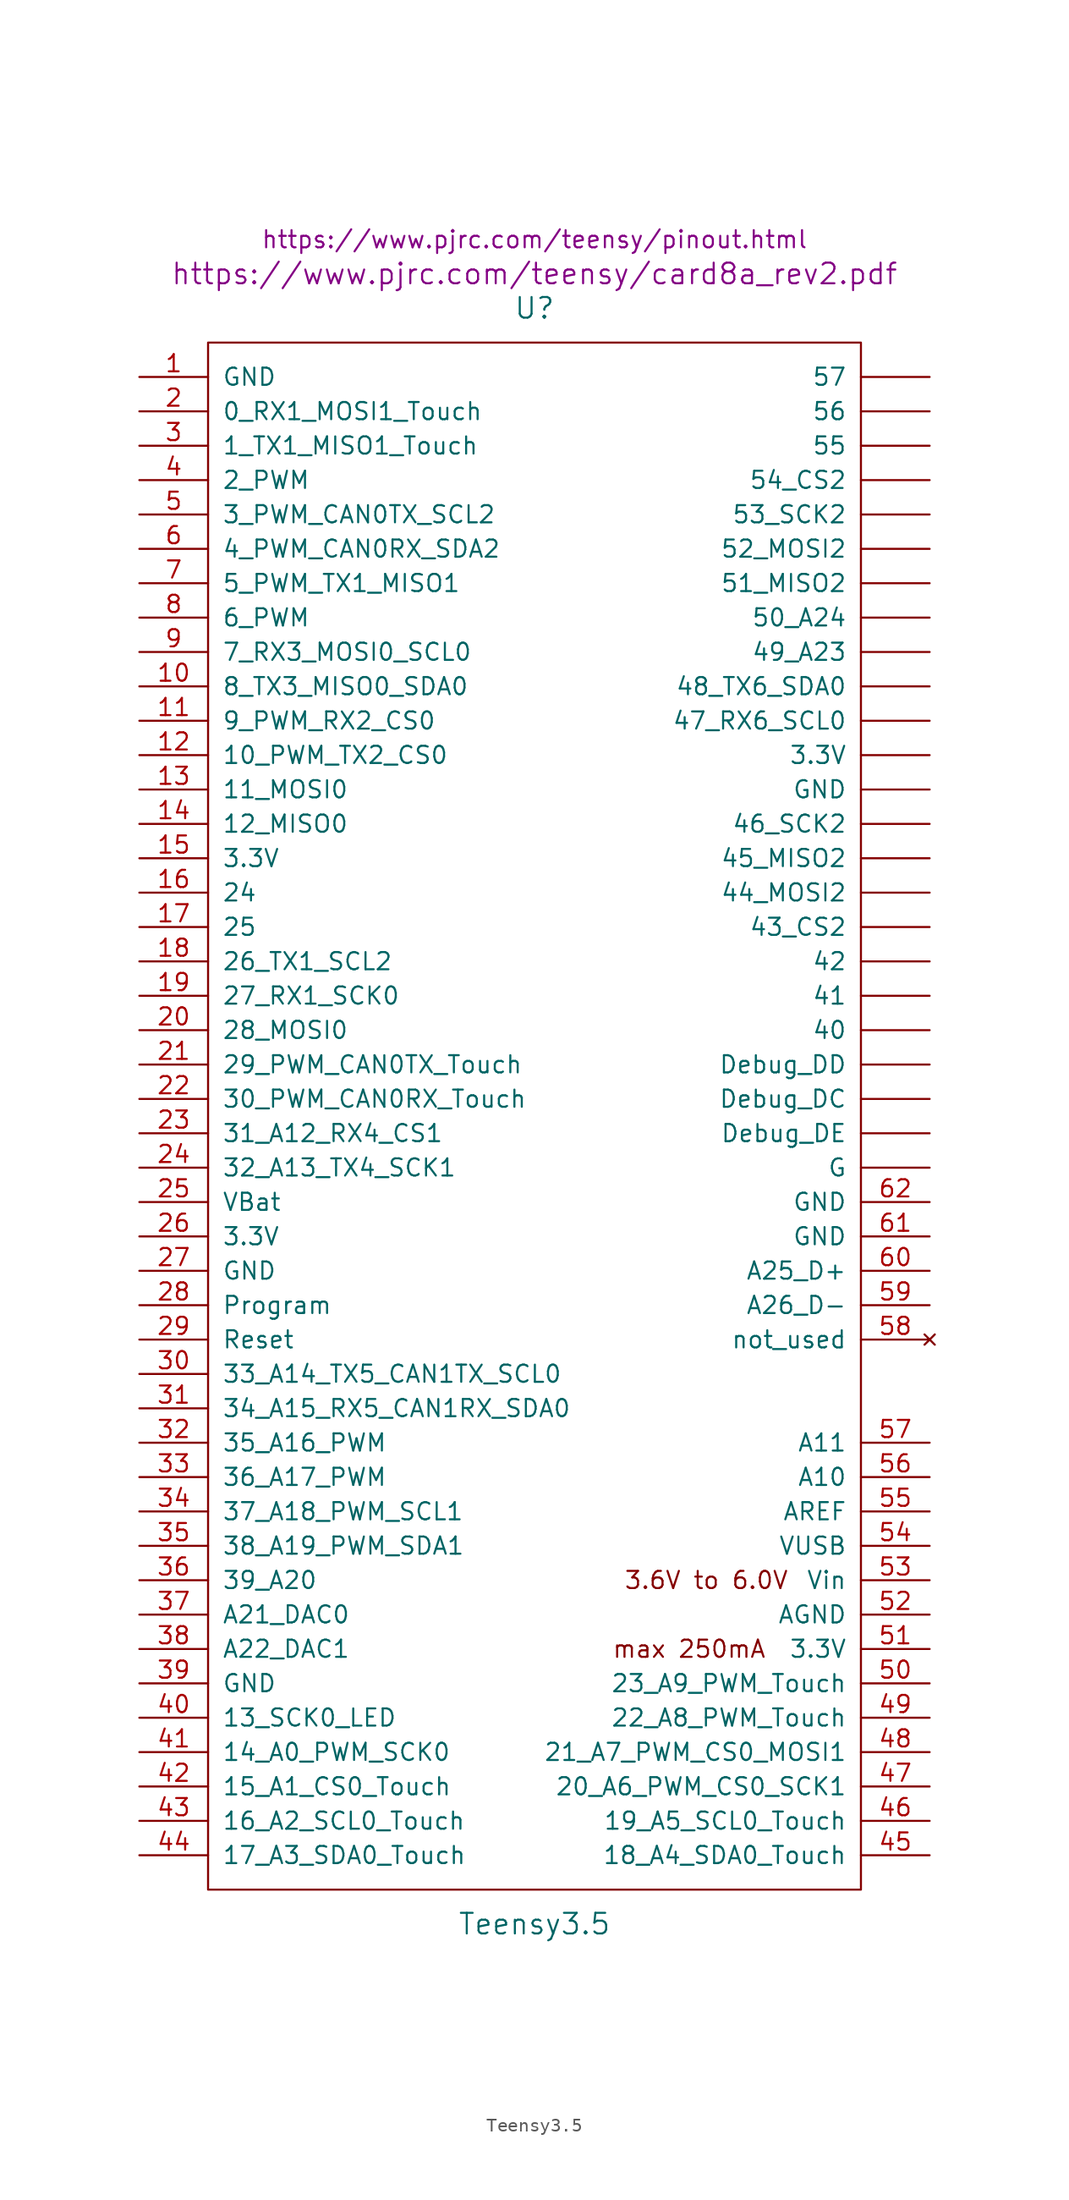
<source format=kicad_sym>
(kicad_symbol_lib
  (version 20220914)
  (generator kicad_symbol_editor)
  (symbol "Teensy3.5"
    (pin_names
      (offset 1.016))
    (property "Reference" "U"
      (at 0 59.69 0)
      (effects (font (size 1.524 1.524))))
    (property "Value" "Teensy3.5"
      (at 0 -59.69 0)
      (effects (font (size 1.524 1.524))))
    (property "Footprint" ""
      (at -2.54 57.15 0)
      (effects (font (size 1.524 1.524))))
    (property "Datasheet" "https://www.pjrc.com/teensy/card8a_rev2.pdf"
      (at 0 62.23 0)
      (effects (font (size 1.524 1.524))))
    (property "Pinouts" "https://www.pjrc.com/teensy/pinout.html"
      (at 0 64.77 0)
      (effects (font (size 1.27 1.27))))
    (symbol "Teensy3.5_0_0"
      (text "3.6V to 6.0V" (at 12.7 -34.29 0) (effects (font (size 1.27 1.27))))
      (text "max 250mA" (at 11.43 -39.37 0) (effects (font (size 1.27 1.27)))))
    (symbol "Teensy3.5_0_1"
      (rectangle (start -24.13 57.15) (end 24.13 -57.15) (stroke (width 0) (type default)) (fill (type none))))
    (symbol "Teensy3.5_1_1"
      (pin power_in line (at -29.21 54.61 0) (length 5.08) (name "GND" (effects (font (size 1.27 1.27)))) (number "1" (effects (font (size 1.27 1.27)))))
      (pin bidirectional line (at -29.21 31.75 0) (length 5.08) (name "8_TX3_MISO0_SDA0" (effects (font (size 1.27 1.27)))) (number "10" (effects (font (size 1.27 1.27)))))
      (pin bidirectional line (at -29.21 29.21 0) (length 5.08) (name "9_PWM_RX2_CS0" (effects (font (size 1.27 1.27)))) (number "11" (effects (font (size 1.27 1.27)))))
      (pin bidirectional line (at -29.21 26.67 0) (length 5.08) (name "10_PWM_TX2_CS0" (effects (font (size 1.27 1.27)))) (number "12" (effects (font (size 1.27 1.27)))))
      (pin bidirectional line (at -29.21 24.13 0) (length 5.08) (name "11_MOSI0" (effects (font (size 1.27 1.27)))) (number "13" (effects (font (size 1.27 1.27)))))
      (pin bidirectional line (at -29.21 21.59 0) (length 5.08) (name "12_MISO0" (effects (font (size 1.27 1.27)))) (number "14" (effects (font (size 1.27 1.27)))))
      (pin power_out line (at -29.21 19.05 0) (length 5.08) (name "3.3V" (effects (font (size 1.27 1.27)))) (number "15" (effects (font (size 1.27 1.27)))))
      (pin bidirectional line (at -29.21 16.51 0) (length 5.08) (name "24" (effects (font (size 1.27 1.27)))) (number "16" (effects (font (size 1.27 1.27)))))
      (pin bidirectional line (at -29.21 13.97 0) (length 5.08) (name "25" (effects (font (size 1.27 1.27)))) (number "17" (effects (font (size 1.27 1.27)))))
      (pin bidirectional line (at -29.21 11.43 0) (length 5.08) (name "26_TX1_SCL2" (effects (font (size 1.27 1.27)))) (number "18" (effects (font (size 1.27 1.27)))))
      (pin bidirectional line (at -29.21 8.89 0) (length 5.08) (name "27_RX1_SCK0" (effects (font (size 1.27 1.27)))) (number "19" (effects (font (size 1.27 1.27)))))
      (pin bidirectional line (at -29.21 52.07 0) (length 5.08) (name "0_RX1_MOSI1_Touch" (effects (font (size 1.27 1.27)))) (number "2" (effects (font (size 1.27 1.27)))))
      (pin bidirectional line (at -29.21 6.35 0) (length 5.08) (name "28_MOSI0" (effects (font (size 1.27 1.27)))) (number "20" (effects (font (size 1.27 1.27)))))
      (pin bidirectional line (at -29.21 3.81 0) (length 5.08) (name "29_PWM_CAN0TX_Touch" (effects (font (size 1.27 1.27)))) (number "21" (effects (font (size 1.27 1.27)))))
      (pin bidirectional line (at -29.21 1.27 0) (length 5.08) (name "30_PWM_CAN0RX_Touch" (effects (font (size 1.27 1.27)))) (number "22" (effects (font (size 1.27 1.27)))))
      (pin bidirectional line (at -29.21 -1.27 0) (length 5.08) (name "31_A12_RX4_CS1" (effects (font (size 1.27 1.27)))) (number "23" (effects (font (size 1.27 1.27)))))
      (pin bidirectional line (at -29.21 -3.81 0) (length 5.08) (name "32_A13_TX4_SCK1" (effects (font (size 1.27 1.27)))) (number "24" (effects (font (size 1.27 1.27)))))
      (pin power_in line (at -29.21 -6.35 0) (length 5.08) (name "VBat" (effects (font (size 1.27 1.27)))) (number "25" (effects (font (size 1.27 1.27)))))
      (pin power_in line (at -29.21 -8.89 0) (length 5.08) (name "3.3V" (effects (font (size 1.27 1.27)))) (number "26" (effects (font (size 1.27 1.27)))))
      (pin power_in line (at -29.21 -11.43 0) (length 5.08) (name "GND" (effects (font (size 1.27 1.27)))) (number "27" (effects (font (size 1.27 1.27)))))
      (pin input line (at -29.21 -13.97 0) (length 5.08) (name "Program" (effects (font (size 1.27 1.27)))) (number "28" (effects (font (size 1.27 1.27)))))
      (pin input line (at -29.21 -16.51 0) (length 5.08) (name "Reset" (effects (font (size 1.27 1.27)))) (number "29" (effects (font (size 1.27 1.27)))))
      (pin bidirectional line (at -29.21 49.53 0) (length 5.08) (name "1_TX1_MISO1_Touch" (effects (font (size 1.27 1.27)))) (number "3" (effects (font (size 1.27 1.27)))))
      (pin bidirectional line (at -29.21 -19.05 0) (length 5.08) (name "33_A14_TX5_CAN1TX_SCL0" (effects (font (size 1.27 1.27)))) (number "30" (effects (font (size 1.27 1.27)))))
      (pin bidirectional line (at -29.21 -21.59 0) (length 5.08) (name "34_A15_RX5_CAN1RX_SDA0" (effects (font (size 1.27 1.27)))) (number "31" (effects (font (size 1.27 1.27)))))
      (pin bidirectional line (at -29.21 -24.13 0) (length 5.08) (name "35_A16_PWM" (effects (font (size 1.27 1.27)))) (number "32" (effects (font (size 1.27 1.27)))))
      (pin bidirectional line (at -29.21 -26.67 0) (length 5.08) (name "36_A17_PWM" (effects (font (size 1.27 1.27)))) (number "33" (effects (font (size 1.27 1.27)))))
      (pin bidirectional line (at -29.21 -29.21 0) (length 5.08) (name "37_A18_PWM_SCL1" (effects (font (size 1.27 1.27)))) (number "34" (effects (font (size 1.27 1.27)))))
      (pin bidirectional line (at -29.21 -31.75 0) (length 5.08) (name "38_A19_PWM_SDA1" (effects (font (size 1.27 1.27)))) (number "35" (effects (font (size 1.27 1.27)))))
      (pin bidirectional line (at -29.21 -34.29 0) (length 5.08) (name "39_A20" (effects (font (size 1.27 1.27)))) (number "36" (effects (font (size 1.27 1.27)))))
      (pin bidirectional line (at -29.21 -36.83 0) (length 5.08) (name "A21_DAC0" (effects (font (size 1.27 1.27)))) (number "37" (effects (font (size 1.27 1.27)))))
      (pin bidirectional line (at -29.21 -39.37 0) (length 5.08) (name "A22_DAC1" (effects (font (size 1.27 1.27)))) (number "38" (effects (font (size 1.27 1.27)))))
      (pin power_in line (at -29.21 -41.91 0) (length 5.08) (name "GND" (effects (font (size 1.27 1.27)))) (number "39" (effects (font (size 1.27 1.27)))))
      (pin bidirectional line (at -29.21 46.99 0) (length 5.08) (name "2_PWM" (effects (font (size 1.27 1.27)))) (number "4" (effects (font (size 1.27 1.27)))))
      (pin bidirectional line (at -29.21 -44.45 0) (length 5.08) (name "13_SCK0_LED" (effects (font (size 1.27 1.27)))) (number "40" (effects (font (size 1.27 1.27)))))
      (pin bidirectional line (at -29.21 -46.99 0) (length 5.08) (name "14_A0_PWM_SCK0" (effects (font (size 1.27 1.27)))) (number "41" (effects (font (size 1.27 1.27)))))
      (pin bidirectional line (at -29.21 -49.53 0) (length 5.08) (name "15_A1_CS0_Touch" (effects (font (size 1.27 1.27)))) (number "42" (effects (font (size 1.27 1.27)))))
      (pin bidirectional line (at -29.21 -52.07 0) (length 5.08) (name "16_A2_SCL0_Touch" (effects (font (size 1.27 1.27)))) (number "43" (effects (font (size 1.27 1.27)))))
      (pin bidirectional line (at -29.21 -54.61 0) (length 5.08) (name "17_A3_SDA0_Touch" (effects (font (size 1.27 1.27)))) (number "44" (effects (font (size 1.27 1.27)))))
      (pin bidirectional line (at 29.21 -54.61 180) (length 5.08) (name "18_A4_SDA0_Touch" (effects (font (size 1.27 1.27)))) (number "45" (effects (font (size 1.27 1.27)))))
      (pin bidirectional line (at 29.21 -52.07 180) (length 5.08) (name "19_A5_SCL0_Touch" (effects (font (size 1.27 1.27)))) (number "46" (effects (font (size 1.27 1.27)))))
      (pin bidirectional line (at 29.21 -49.53 180) (length 5.08) (name "20_A6_PWM_CS0_SCK1" (effects (font (size 1.27 1.27)))) (number "47" (effects (font (size 1.27 1.27)))))
      (pin bidirectional line (at 29.21 -46.99 180) (length 5.08) (name "21_A7_PWM_CS0_MOSI1" (effects (font (size 1.27 1.27)))) (number "48" (effects (font (size 1.27 1.27)))))
      (pin bidirectional line (at 29.21 -44.45 180) (length 5.08) (name "22_A8_PWM_Touch" (effects (font (size 1.27 1.27)))) (number "49" (effects (font (size 1.27 1.27)))))
      (pin bidirectional line (at -29.21 44.45 0) (length 5.08) (name "3_PWM_CAN0TX_SCL2" (effects (font (size 1.27 1.27)))) (number "5" (effects (font (size 1.27 1.27)))))
      (pin bidirectional line (at 29.21 -41.91 180) (length 5.08) (name "23_A9_PWM_Touch" (effects (font (size 1.27 1.27)))) (number "50" (effects (font (size 1.27 1.27)))))
      (pin power_out line (at 29.21 -39.37 180) (length 5.08) (name "3.3V" (effects (font (size 1.27 1.27)))) (number "51" (effects (font (size 1.27 1.27)))))
      (pin power_out line (at 29.21 -36.83 180) (length 5.08) (name "AGND" (effects (font (size 1.27 1.27)))) (number "52" (effects (font (size 1.27 1.27)))))
      (pin power_in line (at 29.21 -34.29 180) (length 5.08) (name "Vin" (effects (font (size 1.27 1.27)))) (number "53" (effects (font (size 1.27 1.27)))))
      (pin power_in line (at 29.21 -31.75 180) (length 5.08) (name "VUSB" (effects (font (size 1.27 1.27)))) (number "54" (effects (font (size 1.27 1.27)))))
      (pin input line (at 29.21 -29.21 180) (length 5.08) (name "AREF" (effects (font (size 1.27 1.27)))) (number "55" (effects (font (size 1.27 1.27)))))
      (pin bidirectional line (at 29.21 -26.67 180) (length 5.08) (name "A10" (effects (font (size 1.27 1.27)))) (number "56" (effects (font (size 1.27 1.27)))))
      (pin bidirectional line (at 29.21 -24.13 180) (length 5.08) (name "A11" (effects (font (size 1.27 1.27)))) (number "57" (effects (font (size 1.27 1.27)))))
      (pin no_connect line (at 29.21 -16.51 180) (length 5.08) (name "not_used" (effects (font (size 1.27 1.27)))) (number "58" (effects (font (size 1.27 1.27)))))
      (pin bidirectional line (at 29.21 -13.97 180) (length 5.08) (name "A26_D-" (effects (font (size 1.27 1.27)))) (number "59" (effects (font (size 1.27 1.27)))))
      (pin bidirectional line (at -29.21 41.91 0) (length 5.08) (name "4_PWM_CAN0RX_SDA2" (effects (font (size 1.27 1.27)))) (number "6" (effects (font (size 1.27 1.27)))))
      (pin bidirectional line (at 29.21 -11.43 180) (length 5.08) (name "A25_D+" (effects (font (size 1.27 1.27)))) (number "60" (effects (font (size 1.27 1.27)))))
      (pin power_in line (at 29.21 -8.89 180) (length 5.08) (name "GND" (effects (font (size 1.27 1.27)))) (number "61" (effects (font (size 1.27 1.27)))))
      (pin power_in line (at 29.21 -6.35 180) (length 5.08) (name "GND" (effects (font (size 1.27 1.27)))) (number "62" (effects (font (size 1.27 1.27)))))
      (pin bidirectional line (at -29.21 39.37 0) (length 5.08) (name "5_PWM_TX1_MISO1" (effects (font (size 1.27 1.27)))) (number "7" (effects (font (size 1.27 1.27)))))
      (pin bidirectional line (at -29.21 36.83 0) (length 5.08) (name "6_PWM" (effects (font (size 1.27 1.27)))) (number "8" (effects (font (size 1.27 1.27)))))
      (pin bidirectional line (at -29.21 34.29 0) (length 5.08) (name "7_RX3_MOSI0_SCL0" (effects (font (size 1.27 1.27)))) (number "9" (effects (font (size 1.27 1.27)))))
      (pin power_in line (at 29.21 26.67 180) (length 5.08) (name "3.3V" (effects (font (size 1.27 1.27)))) (number "~" (effects (font (size 1.27 1.27)))))
      (pin bidirectional line (at 29.21 6.35 180) (length 5.08) (name "40" (effects (font (size 1.27 1.27)))) (number "~" (effects (font (size 1.27 1.27)))))
      (pin bidirectional line (at 29.21 8.89 180) (length 5.08) (name "41" (effects (font (size 1.27 1.27)))) (number "~" (effects (font (size 1.27 1.27)))))
      (pin bidirectional line (at 29.21 11.43 180) (length 5.08) (name "42" (effects (font (size 1.27 1.27)))) (number "~" (effects (font (size 1.27 1.27)))))
      (pin bidirectional line (at 29.21 13.97 180) (length 5.08) (name "43_CS2" (effects (font (size 1.27 1.27)))) (number "~" (effects (font (size 1.27 1.27)))))
      (pin bidirectional line (at 29.21 16.51 180) (length 5.08) (name "44_MOSI2" (effects (font (size 1.27 1.27)))) (number "~" (effects (font (size 1.27 1.27)))))
      (pin bidirectional line (at 29.21 19.05 180) (length 5.08) (name "45_MISO2" (effects (font (size 1.27 1.27)))) (number "~" (effects (font (size 1.27 1.27)))))
      (pin bidirectional line (at 29.21 21.59 180) (length 5.08) (name "46_SCK2" (effects (font (size 1.27 1.27)))) (number "~" (effects (font (size 1.27 1.27)))))
      (pin bidirectional line (at 29.21 29.21 180) (length 5.08) (name "47_RX6_SCL0" (effects (font (size 1.27 1.27)))) (number "~" (effects (font (size 1.27 1.27)))))
      (pin bidirectional line (at 29.21 31.75 180) (length 5.08) (name "48_TX6_SDA0" (effects (font (size 1.27 1.27)))) (number "~" (effects (font (size 1.27 1.27)))))
      (pin bidirectional line (at 29.21 34.29 180) (length 5.08) (name "49_A23" (effects (font (size 1.27 1.27)))) (number "~" (effects (font (size 1.27 1.27)))))
      (pin bidirectional line (at 29.21 36.83 180) (length 5.08) (name "50_A24" (effects (font (size 1.27 1.27)))) (number "~" (effects (font (size 1.27 1.27)))))
      (pin bidirectional line (at 29.21 39.37 180) (length 5.08) (name "51_MISO2" (effects (font (size 1.27 1.27)))) (number "~" (effects (font (size 1.27 1.27)))))
      (pin bidirectional line (at 29.21 41.91 180) (length 5.08) (name "52_MOSI2" (effects (font (size 1.27 1.27)))) (number "~" (effects (font (size 1.27 1.27)))))
      (pin bidirectional line (at 29.21 44.45 180) (length 5.08) (name "53_SCK2" (effects (font (size 1.27 1.27)))) (number "~" (effects (font (size 1.27 1.27)))))
      (pin bidirectional line (at 29.21 46.99 180) (length 5.08) (name "54_CS2" (effects (font (size 1.27 1.27)))) (number "~" (effects (font (size 1.27 1.27)))))
      (pin bidirectional line (at 29.21 49.53 180) (length 5.08) (name "55" (effects (font (size 1.27 1.27)))) (number "~" (effects (font (size 1.27 1.27)))))
      (pin bidirectional line (at 29.21 52.07 180) (length 5.08) (name "56" (effects (font (size 1.27 1.27)))) (number "~" (effects (font (size 1.27 1.27)))))
      (pin bidirectional line (at 29.21 54.61 180) (length 5.08) (name "57" (effects (font (size 1.27 1.27)))) (number "~" (effects (font (size 1.27 1.27)))))
      (pin input line (at 29.21 1.27 180) (length 5.08) (name "Debug_DC" (effects (font (size 1.27 1.27)))) (number "~" (effects (font (size 1.27 1.27)))))
      (pin input line (at 29.21 3.81 180) (length 5.08) (name "Debug_DD" (effects (font (size 1.27 1.27)))) (number "~" (effects (font (size 1.27 1.27)))))
      (pin input line (at 29.21 -1.27 180) (length 5.08) (name "Debug_DE" (effects (font (size 1.27 1.27)))) (number "~" (effects (font (size 1.27 1.27)))))
      (pin power_in line (at 29.21 -3.81 180) (length 5.08) (name "G" (effects (font (size 1.27 1.27)))) (number "~" (effects (font (size 1.27 1.27)))))
      (pin power_in line (at 29.21 24.13 180) (length 5.08) (name "GND" (effects (font (size 1.27 1.27)))) (number "~" (effects (font (size 1.27 1.27))))))))
</source>
